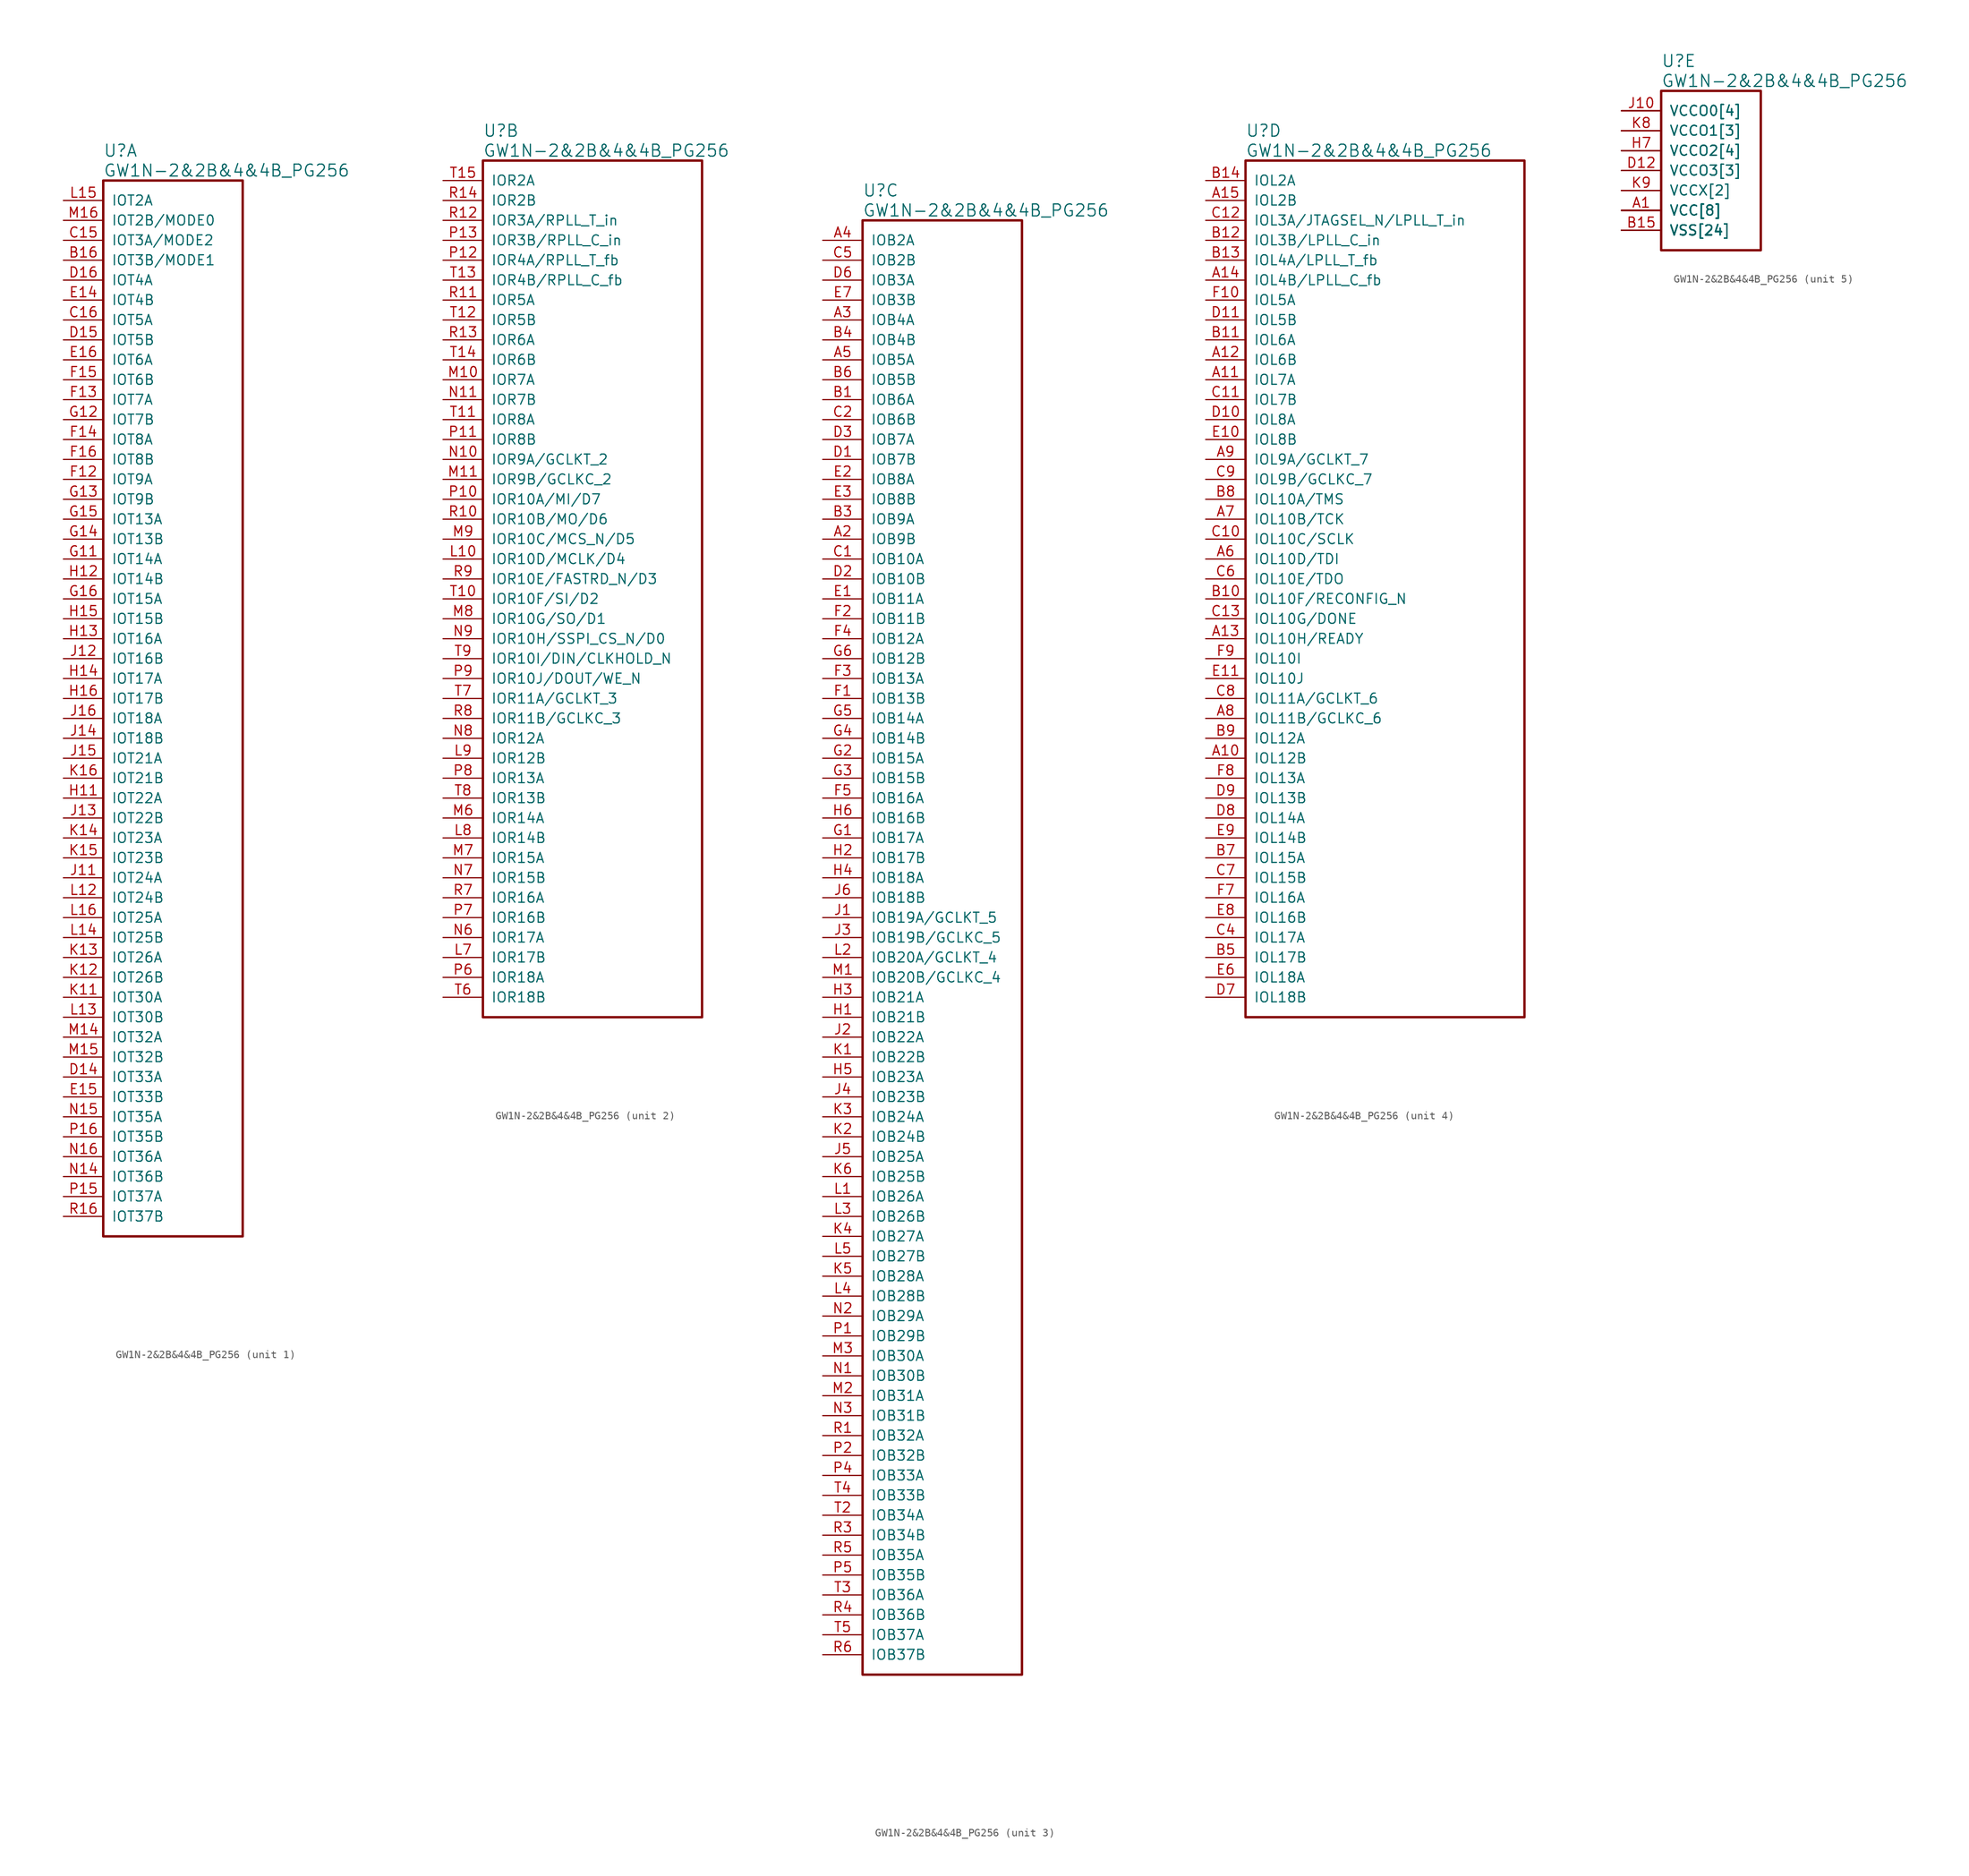
<source format=kicad_sym>
(kicad_symbol_lib
  (version 20241209)
  (generator "kicad_symbol_editor")
  (generator_version "9.0")
  (symbol "GW1N-2&2B&4&4B_PG256"
    (pin_names
      (offset 1.016))
    (property "Reference" "U"
      (at 5.08 6.35 0)
      (effects (font (size 1.524 1.524)) (justify left)))
    (property "Value" "GW1N-2&2B&4&4B_PG256"
      (at 5.08 3.81 0)
      (effects (font (size 1.524 1.524)) (justify left)))
    (property "ki_locked" ""
      (at 0 0 0)
      (effects (font (size 1.27 1.27))))
    (symbol "GW1N-2&2B&4&4B_PG256_1_1"
      (rectangle (start 5.08 2.54) (end 22.86 -132.08) (stroke (width 0.305) (type solid)) (fill (type none)))
      (pin bidirectional line (at 0 0 0) (length 5.08) (name "IOT2A" (effects (font (size 1.27 1.27)))) (number "L15" (effects (font (size 1.27 1.27)))))
      (pin bidirectional line (at 0 -2.54 0) (length 5.08) (name "IOT2B/MODE0" (effects (font (size 1.27 1.27)))) (number "M16" (effects (font (size 1.27 1.27)))))
      (pin bidirectional line (at 0 -5.08 0) (length 5.08) (name "IOT3A/MODE2" (effects (font (size 1.27 1.27)))) (number "C15" (effects (font (size 1.27 1.27)))))
      (pin bidirectional line (at 0 -7.62 0) (length 5.08) (name "IOT3B/MODE1" (effects (font (size 1.27 1.27)))) (number "B16" (effects (font (size 1.27 1.27)))))
      (pin bidirectional line (at 0 -10.16 0) (length 5.08) (name "IOT4A" (effects (font (size 1.27 1.27)))) (number "D16" (effects (font (size 1.27 1.27)))))
      (pin bidirectional line (at 0 -12.7 0) (length 5.08) (name "IOT4B" (effects (font (size 1.27 1.27)))) (number "E14" (effects (font (size 1.27 1.27)))))
      (pin bidirectional line (at 0 -15.24 0) (length 5.08) (name "IOT5A" (effects (font (size 1.27 1.27)))) (number "C16" (effects (font (size 1.27 1.27)))))
      (pin bidirectional line (at 0 -17.78 0) (length 5.08) (name "IOT5B" (effects (font (size 1.27 1.27)))) (number "D15" (effects (font (size 1.27 1.27)))))
      (pin bidirectional line (at 0 -20.32 0) (length 5.08) (name "IOT6A" (effects (font (size 1.27 1.27)))) (number "E16" (effects (font (size 1.27 1.27)))))
      (pin bidirectional line (at 0 -22.86 0) (length 5.08) (name "IOT6B" (effects (font (size 1.27 1.27)))) (number "F15" (effects (font (size 1.27 1.27)))))
      (pin bidirectional line (at 0 -25.4 0) (length 5.08) (name "IOT7A" (effects (font (size 1.27 1.27)))) (number "F13" (effects (font (size 1.27 1.27)))))
      (pin bidirectional line (at 0 -27.94 0) (length 5.08) (name "IOT7B" (effects (font (size 1.27 1.27)))) (number "G12" (effects (font (size 1.27 1.27)))))
      (pin bidirectional line (at 0 -30.48 0) (length 5.08) (name "IOT8A" (effects (font (size 1.27 1.27)))) (number "F14" (effects (font (size 1.27 1.27)))))
      (pin bidirectional line (at 0 -33.02 0) (length 5.08) (name "IOT8B" (effects (font (size 1.27 1.27)))) (number "F16" (effects (font (size 1.27 1.27)))))
      (pin bidirectional line (at 0 -35.56 0) (length 5.08) (name "IOT9A" (effects (font (size 1.27 1.27)))) (number "F12" (effects (font (size 1.27 1.27)))))
      (pin bidirectional line (at 0 -38.1 0) (length 5.08) (name "IOT9B" (effects (font (size 1.27 1.27)))) (number "G13" (effects (font (size 1.27 1.27)))))
      (pin bidirectional line (at 0 -40.64 0) (length 5.08) (name "IOT13A" (effects (font (size 1.27 1.27)))) (number "G15" (effects (font (size 1.27 1.27)))))
      (pin bidirectional line (at 0 -43.18 0) (length 5.08) (name "IOT13B" (effects (font (size 1.27 1.27)))) (number "G14" (effects (font (size 1.27 1.27)))))
      (pin bidirectional line (at 0 -45.72 0) (length 5.08) (name "IOT14A" (effects (font (size 1.27 1.27)))) (number "G11" (effects (font (size 1.27 1.27)))))
      (pin bidirectional line (at 0 -48.26 0) (length 5.08) (name "IOT14B" (effects (font (size 1.27 1.27)))) (number "H12" (effects (font (size 1.27 1.27)))))
      (pin bidirectional line (at 0 -50.8 0) (length 5.08) (name "IOT15A" (effects (font (size 1.27 1.27)))) (number "G16" (effects (font (size 1.27 1.27)))))
      (pin bidirectional line (at 0 -53.34 0) (length 5.08) (name "IOT15B" (effects (font (size 1.27 1.27)))) (number "H15" (effects (font (size 1.27 1.27)))))
      (pin bidirectional line (at 0 -55.88 0) (length 5.08) (name "IOT16A" (effects (font (size 1.27 1.27)))) (number "H13" (effects (font (size 1.27 1.27)))))
      (pin bidirectional line (at 0 -58.42 0) (length 5.08) (name "IOT16B" (effects (font (size 1.27 1.27)))) (number "J12" (effects (font (size 1.27 1.27)))))
      (pin bidirectional line (at 0 -60.96 0) (length 5.08) (name "IOT17A" (effects (font (size 1.27 1.27)))) (number "H14" (effects (font (size 1.27 1.27)))))
      (pin bidirectional line (at 0 -63.5 0) (length 5.08) (name "IOT17B" (effects (font (size 1.27 1.27)))) (number "H16" (effects (font (size 1.27 1.27)))))
      (pin bidirectional line (at 0 -66.04 0) (length 5.08) (name "IOT18A" (effects (font (size 1.27 1.27)))) (number "J16" (effects (font (size 1.27 1.27)))))
      (pin bidirectional line (at 0 -68.58 0) (length 5.08) (name "IOT18B" (effects (font (size 1.27 1.27)))) (number "J14" (effects (font (size 1.27 1.27)))))
      (pin bidirectional line (at 0 -71.12 0) (length 5.08) (name "IOT21A" (effects (font (size 1.27 1.27)))) (number "J15" (effects (font (size 1.27 1.27)))))
      (pin bidirectional line (at 0 -73.66 0) (length 5.08) (name "IOT21B" (effects (font (size 1.27 1.27)))) (number "K16" (effects (font (size 1.27 1.27)))))
      (pin bidirectional line (at 0 -76.2 0) (length 5.08) (name "IOT22A" (effects (font (size 1.27 1.27)))) (number "H11" (effects (font (size 1.27 1.27)))))
      (pin bidirectional line (at 0 -78.74 0) (length 5.08) (name "IOT22B" (effects (font (size 1.27 1.27)))) (number "J13" (effects (font (size 1.27 1.27)))))
      (pin bidirectional line (at 0 -81.28 0) (length 5.08) (name "IOT23A" (effects (font (size 1.27 1.27)))) (number "K14" (effects (font (size 1.27 1.27)))))
      (pin bidirectional line (at 0 -83.82 0) (length 5.08) (name "IOT23B" (effects (font (size 1.27 1.27)))) (number "K15" (effects (font (size 1.27 1.27)))))
      (pin bidirectional line (at 0 -86.36 0) (length 5.08) (name "IOT24A" (effects (font (size 1.27 1.27)))) (number "J11" (effects (font (size 1.27 1.27)))))
      (pin bidirectional line (at 0 -88.9 0) (length 5.08) (name "IOT24B" (effects (font (size 1.27 1.27)))) (number "L12" (effects (font (size 1.27 1.27)))))
      (pin bidirectional line (at 0 -91.44 0) (length 5.08) (name "IOT25A" (effects (font (size 1.27 1.27)))) (number "L16" (effects (font (size 1.27 1.27)))))
      (pin bidirectional line (at 0 -93.98 0) (length 5.08) (name "IOT25B" (effects (font (size 1.27 1.27)))) (number "L14" (effects (font (size 1.27 1.27)))))
      (pin bidirectional line (at 0 -96.52 0) (length 5.08) (name "IOT26A" (effects (font (size 1.27 1.27)))) (number "K13" (effects (font (size 1.27 1.27)))))
      (pin bidirectional line (at 0 -99.06 0) (length 5.08) (name "IOT26B" (effects (font (size 1.27 1.27)))) (number "K12" (effects (font (size 1.27 1.27)))))
      (pin bidirectional line (at 0 -101.6 0) (length 5.08) (name "IOT30A" (effects (font (size 1.27 1.27)))) (number "K11" (effects (font (size 1.27 1.27)))))
      (pin bidirectional line (at 0 -104.14 0) (length 5.08) (name "IOT30B" (effects (font (size 1.27 1.27)))) (number "L13" (effects (font (size 1.27 1.27)))))
      (pin bidirectional line (at 0 -106.68 0) (length 5.08) (name "IOT32A" (effects (font (size 1.27 1.27)))) (number "M14" (effects (font (size 1.27 1.27)))))
      (pin bidirectional line (at 0 -109.22 0) (length 5.08) (name "IOT32B" (effects (font (size 1.27 1.27)))) (number "M15" (effects (font (size 1.27 1.27)))))
      (pin bidirectional line (at 0 -111.76 0) (length 5.08) (name "IOT33A" (effects (font (size 1.27 1.27)))) (number "D14" (effects (font (size 1.27 1.27)))))
      (pin bidirectional line (at 0 -114.3 0) (length 5.08) (name "IOT33B" (effects (font (size 1.27 1.27)))) (number "E15" (effects (font (size 1.27 1.27)))))
      (pin bidirectional line (at 0 -116.84 0) (length 5.08) (name "IOT35A" (effects (font (size 1.27 1.27)))) (number "N15" (effects (font (size 1.27 1.27)))))
      (pin bidirectional line (at 0 -119.38 0) (length 5.08) (name "IOT35B" (effects (font (size 1.27 1.27)))) (number "P16" (effects (font (size 1.27 1.27)))))
      (pin bidirectional line (at 0 -121.92 0) (length 5.08) (name "IOT36A" (effects (font (size 1.27 1.27)))) (number "N16" (effects (font (size 1.27 1.27)))))
      (pin bidirectional line (at 0 -124.46 0) (length 5.08) (name "IOT36B" (effects (font (size 1.27 1.27)))) (number "N14" (effects (font (size 1.27 1.27)))))
      (pin bidirectional line (at 0 -127 0) (length 5.08) (name "IOT37A" (effects (font (size 1.27 1.27)))) (number "P15" (effects (font (size 1.27 1.27)))))
      (pin bidirectional line (at 0 -129.54 0) (length 5.08) (name "IOT37B" (effects (font (size 1.27 1.27)))) (number "R16" (effects (font (size 1.27 1.27))))))
    (symbol "GW1N-2&2B&4&4B_PG256_2_1"
      (rectangle (start 5.08 2.54) (end 33.02 -106.68) (stroke (width 0.305) (type solid)) (fill (type none)))
      (pin bidirectional line (at 0 0 0) (length 5.08) (name "IOR2A" (effects (font (size 1.27 1.27)))) (number "T15" (effects (font (size 1.27 1.27)))))
      (pin bidirectional line (at 0 -2.54 0) (length 5.08) (name "IOR2B" (effects (font (size 1.27 1.27)))) (number "R14" (effects (font (size 1.27 1.27)))))
      (pin bidirectional line (at 0 -5.08 0) (length 5.08) (name "IOR3A/RPLL_T_in" (effects (font (size 1.27 1.27)))) (number "R12" (effects (font (size 1.27 1.27)))))
      (pin bidirectional line (at 0 -7.62 0) (length 5.08) (name "IOR3B/RPLL_C_in" (effects (font (size 1.27 1.27)))) (number "P13" (effects (font (size 1.27 1.27)))))
      (pin bidirectional line (at 0 -10.16 0) (length 5.08) (name "IOR4A/RPLL_T_fb" (effects (font (size 1.27 1.27)))) (number "P12" (effects (font (size 1.27 1.27)))))
      (pin bidirectional line (at 0 -12.7 0) (length 5.08) (name "IOR4B/RPLL_C_fb" (effects (font (size 1.27 1.27)))) (number "T13" (effects (font (size 1.27 1.27)))))
      (pin bidirectional line (at 0 -15.24 0) (length 5.08) (name "IOR5A" (effects (font (size 1.27 1.27)))) (number "R11" (effects (font (size 1.27 1.27)))))
      (pin bidirectional line (at 0 -17.78 0) (length 5.08) (name "IOR5B" (effects (font (size 1.27 1.27)))) (number "T12" (effects (font (size 1.27 1.27)))))
      (pin bidirectional line (at 0 -20.32 0) (length 5.08) (name "IOR6A" (effects (font (size 1.27 1.27)))) (number "R13" (effects (font (size 1.27 1.27)))))
      (pin bidirectional line (at 0 -22.86 0) (length 5.08) (name "IOR6B" (effects (font (size 1.27 1.27)))) (number "T14" (effects (font (size 1.27 1.27)))))
      (pin bidirectional line (at 0 -25.4 0) (length 5.08) (name "IOR7A" (effects (font (size 1.27 1.27)))) (number "M10" (effects (font (size 1.27 1.27)))))
      (pin bidirectional line (at 0 -27.94 0) (length 5.08) (name "IOR7B" (effects (font (size 1.27 1.27)))) (number "N11" (effects (font (size 1.27 1.27)))))
      (pin bidirectional line (at 0 -30.48 0) (length 5.08) (name "IOR8A" (effects (font (size 1.27 1.27)))) (number "T11" (effects (font (size 1.27 1.27)))))
      (pin bidirectional line (at 0 -33.02 0) (length 5.08) (name "IOR8B" (effects (font (size 1.27 1.27)))) (number "P11" (effects (font (size 1.27 1.27)))))
      (pin bidirectional line (at 0 -35.56 0) (length 5.08) (name "IOR9A/GCLKT_2" (effects (font (size 1.27 1.27)))) (number "N10" (effects (font (size 1.27 1.27)))))
      (pin bidirectional line (at 0 -38.1 0) (length 5.08) (name "IOR9B/GCLKC_2" (effects (font (size 1.27 1.27)))) (number "M11" (effects (font (size 1.27 1.27)))))
      (pin bidirectional line (at 0 -40.64 0) (length 5.08) (name "IOR10A/MI/D7" (effects (font (size 1.27 1.27)))) (number "P10" (effects (font (size 1.27 1.27)))))
      (pin bidirectional line (at 0 -43.18 0) (length 5.08) (name "IOR10B/MO/D6" (effects (font (size 1.27 1.27)))) (number "R10" (effects (font (size 1.27 1.27)))))
      (pin bidirectional line (at 0 -45.72 0) (length 5.08) (name "IOR10C/MCS_N/D5" (effects (font (size 1.27 1.27)))) (number "M9" (effects (font (size 1.27 1.27)))))
      (pin bidirectional line (at 0 -48.26 0) (length 5.08) (name "IOR10D/MCLK/D4" (effects (font (size 1.27 1.27)))) (number "L10" (effects (font (size 1.27 1.27)))))
      (pin bidirectional line (at 0 -50.8 0) (length 5.08) (name "IOR10E/FASTRD_N/D3" (effects (font (size 1.27 1.27)))) (number "R9" (effects (font (size 1.27 1.27)))))
      (pin bidirectional line (at 0 -53.34 0) (length 5.08) (name "IOR10F/SI/D2" (effects (font (size 1.27 1.27)))) (number "T10" (effects (font (size 1.27 1.27)))))
      (pin bidirectional line (at 0 -55.88 0) (length 5.08) (name "IOR10G/SO/D1" (effects (font (size 1.27 1.27)))) (number "M8" (effects (font (size 1.27 1.27)))))
      (pin bidirectional line (at 0 -58.42 0) (length 5.08) (name "IOR10H/SSPI_CS_N/D0" (effects (font (size 1.27 1.27)))) (number "N9" (effects (font (size 1.27 1.27)))))
      (pin bidirectional line (at 0 -60.96 0) (length 5.08) (name "IOR10I/DIN/CLKHOLD_N" (effects (font (size 1.27 1.27)))) (number "T9" (effects (font (size 1.27 1.27)))))
      (pin bidirectional line (at 0 -63.5 0) (length 5.08) (name "IOR10J/DOUT/WE_N" (effects (font (size 1.27 1.27)))) (number "P9" (effects (font (size 1.27 1.27)))))
      (pin bidirectional line (at 0 -66.04 0) (length 5.08) (name "IOR11A/GCLKT_3" (effects (font (size 1.27 1.27)))) (number "T7" (effects (font (size 1.27 1.27)))))
      (pin bidirectional line (at 0 -68.58 0) (length 5.08) (name "IOR11B/GCLKC_3" (effects (font (size 1.27 1.27)))) (number "R8" (effects (font (size 1.27 1.27)))))
      (pin bidirectional line (at 0 -71.12 0) (length 5.08) (name "IOR12A" (effects (font (size 1.27 1.27)))) (number "N8" (effects (font (size 1.27 1.27)))))
      (pin bidirectional line (at 0 -73.66 0) (length 5.08) (name "IOR12B" (effects (font (size 1.27 1.27)))) (number "L9" (effects (font (size 1.27 1.27)))))
      (pin bidirectional line (at 0 -76.2 0) (length 5.08) (name "IOR13A" (effects (font (size 1.27 1.27)))) (number "P8" (effects (font (size 1.27 1.27)))))
      (pin bidirectional line (at 0 -78.74 0) (length 5.08) (name "IOR13B" (effects (font (size 1.27 1.27)))) (number "T8" (effects (font (size 1.27 1.27)))))
      (pin bidirectional line (at 0 -81.28 0) (length 5.08) (name "IOR14A" (effects (font (size 1.27 1.27)))) (number "M6" (effects (font (size 1.27 1.27)))))
      (pin bidirectional line (at 0 -83.82 0) (length 5.08) (name "IOR14B" (effects (font (size 1.27 1.27)))) (number "L8" (effects (font (size 1.27 1.27)))))
      (pin bidirectional line (at 0 -86.36 0) (length 5.08) (name "IOR15A" (effects (font (size 1.27 1.27)))) (number "M7" (effects (font (size 1.27 1.27)))))
      (pin bidirectional line (at 0 -88.9 0) (length 5.08) (name "IOR15B" (effects (font (size 1.27 1.27)))) (number "N7" (effects (font (size 1.27 1.27)))))
      (pin bidirectional line (at 0 -91.44 0) (length 5.08) (name "IOR16A" (effects (font (size 1.27 1.27)))) (number "R7" (effects (font (size 1.27 1.27)))))
      (pin bidirectional line (at 0 -93.98 0) (length 5.08) (name "IOR16B" (effects (font (size 1.27 1.27)))) (number "P7" (effects (font (size 1.27 1.27)))))
      (pin bidirectional line (at 0 -96.52 0) (length 5.08) (name "IOR17A" (effects (font (size 1.27 1.27)))) (number "N6" (effects (font (size 1.27 1.27)))))
      (pin bidirectional line (at 0 -99.06 0) (length 5.08) (name "IOR17B" (effects (font (size 1.27 1.27)))) (number "L7" (effects (font (size 1.27 1.27)))))
      (pin bidirectional line (at 0 -101.6 0) (length 5.08) (name "IOR18A" (effects (font (size 1.27 1.27)))) (number "P6" (effects (font (size 1.27 1.27)))))
      (pin bidirectional line (at 0 -104.14 0) (length 5.08) (name "IOR18B" (effects (font (size 1.27 1.27)))) (number "T6" (effects (font (size 1.27 1.27))))))
    (symbol "GW1N-2&2B&4&4B_PG256_3_1"
      (rectangle (start 5.08 2.54) (end 25.4 -182.88) (stroke (width 0.305) (type solid)) (fill (type none)))
      (pin bidirectional line (at 0 0 0) (length 5.08) (name "IOB2A" (effects (font (size 1.27 1.27)))) (number "A4" (effects (font (size 1.27 1.27)))))
      (pin bidirectional line (at 0 -2.54 0) (length 5.08) (name "IOB2B" (effects (font (size 1.27 1.27)))) (number "C5" (effects (font (size 1.27 1.27)))))
      (pin bidirectional line (at 0 -5.08 0) (length 5.08) (name "IOB3A" (effects (font (size 1.27 1.27)))) (number "D6" (effects (font (size 1.27 1.27)))))
      (pin bidirectional line (at 0 -7.62 0) (length 5.08) (name "IOB3B" (effects (font (size 1.27 1.27)))) (number "E7" (effects (font (size 1.27 1.27)))))
      (pin bidirectional line (at 0 -10.16 0) (length 5.08) (name "IOB4A" (effects (font (size 1.27 1.27)))) (number "A3" (effects (font (size 1.27 1.27)))))
      (pin bidirectional line (at 0 -12.7 0) (length 5.08) (name "IOB4B" (effects (font (size 1.27 1.27)))) (number "B4" (effects (font (size 1.27 1.27)))))
      (pin bidirectional line (at 0 -15.24 0) (length 5.08) (name "IOB5A" (effects (font (size 1.27 1.27)))) (number "A5" (effects (font (size 1.27 1.27)))))
      (pin bidirectional line (at 0 -17.78 0) (length 5.08) (name "IOB5B" (effects (font (size 1.27 1.27)))) (number "B6" (effects (font (size 1.27 1.27)))))
      (pin bidirectional line (at 0 -20.32 0) (length 5.08) (name "IOB6A" (effects (font (size 1.27 1.27)))) (number "B1" (effects (font (size 1.27 1.27)))))
      (pin bidirectional line (at 0 -22.86 0) (length 5.08) (name "IOB6B" (effects (font (size 1.27 1.27)))) (number "C2" (effects (font (size 1.27 1.27)))))
      (pin bidirectional line (at 0 -25.4 0) (length 5.08) (name "IOB7A" (effects (font (size 1.27 1.27)))) (number "D3" (effects (font (size 1.27 1.27)))))
      (pin bidirectional line (at 0 -27.94 0) (length 5.08) (name "IOB7B" (effects (font (size 1.27 1.27)))) (number "D1" (effects (font (size 1.27 1.27)))))
      (pin bidirectional line (at 0 -30.48 0) (length 5.08) (name "IOB8A" (effects (font (size 1.27 1.27)))) (number "E2" (effects (font (size 1.27 1.27)))))
      (pin bidirectional line (at 0 -33.02 0) (length 5.08) (name "IOB8B" (effects (font (size 1.27 1.27)))) (number "E3" (effects (font (size 1.27 1.27)))))
      (pin bidirectional line (at 0 -35.56 0) (length 5.08) (name "IOB9A" (effects (font (size 1.27 1.27)))) (number "B3" (effects (font (size 1.27 1.27)))))
      (pin bidirectional line (at 0 -38.1 0) (length 5.08) (name "IOB9B" (effects (font (size 1.27 1.27)))) (number "A2" (effects (font (size 1.27 1.27)))))
      (pin bidirectional line (at 0 -40.64 0) (length 5.08) (name "IOB10A" (effects (font (size 1.27 1.27)))) (number "C1" (effects (font (size 1.27 1.27)))))
      (pin bidirectional line (at 0 -43.18 0) (length 5.08) (name "IOB10B" (effects (font (size 1.27 1.27)))) (number "D2" (effects (font (size 1.27 1.27)))))
      (pin bidirectional line (at 0 -45.72 0) (length 5.08) (name "IOB11A" (effects (font (size 1.27 1.27)))) (number "E1" (effects (font (size 1.27 1.27)))))
      (pin bidirectional line (at 0 -48.26 0) (length 5.08) (name "IOB11B" (effects (font (size 1.27 1.27)))) (number "F2" (effects (font (size 1.27 1.27)))))
      (pin bidirectional line (at 0 -50.8 0) (length 5.08) (name "IOB12A" (effects (font (size 1.27 1.27)))) (number "F4" (effects (font (size 1.27 1.27)))))
      (pin bidirectional line (at 0 -53.34 0) (length 5.08) (name "IOB12B" (effects (font (size 1.27 1.27)))) (number "G6" (effects (font (size 1.27 1.27)))))
      (pin bidirectional line (at 0 -55.88 0) (length 5.08) (name "IOB13A" (effects (font (size 1.27 1.27)))) (number "F3" (effects (font (size 1.27 1.27)))))
      (pin bidirectional line (at 0 -58.42 0) (length 5.08) (name "IOB13B" (effects (font (size 1.27 1.27)))) (number "F1" (effects (font (size 1.27 1.27)))))
      (pin bidirectional line (at 0 -60.96 0) (length 5.08) (name "IOB14A" (effects (font (size 1.27 1.27)))) (number "G5" (effects (font (size 1.27 1.27)))))
      (pin bidirectional line (at 0 -63.5 0) (length 5.08) (name "IOB14B" (effects (font (size 1.27 1.27)))) (number "G4" (effects (font (size 1.27 1.27)))))
      (pin bidirectional line (at 0 -66.04 0) (length 5.08) (name "IOB15A" (effects (font (size 1.27 1.27)))) (number "G2" (effects (font (size 1.27 1.27)))))
      (pin bidirectional line (at 0 -68.58 0) (length 5.08) (name "IOB15B" (effects (font (size 1.27 1.27)))) (number "G3" (effects (font (size 1.27 1.27)))))
      (pin bidirectional line (at 0 -71.12 0) (length 5.08) (name "IOB16A" (effects (font (size 1.27 1.27)))) (number "F5" (effects (font (size 1.27 1.27)))))
      (pin bidirectional line (at 0 -73.66 0) (length 5.08) (name "IOB16B" (effects (font (size 1.27 1.27)))) (number "H6" (effects (font (size 1.27 1.27)))))
      (pin bidirectional line (at 0 -76.2 0) (length 5.08) (name "IOB17A" (effects (font (size 1.27 1.27)))) (number "G1" (effects (font (size 1.27 1.27)))))
      (pin bidirectional line (at 0 -78.74 0) (length 5.08) (name "IOB17B" (effects (font (size 1.27 1.27)))) (number "H2" (effects (font (size 1.27 1.27)))))
      (pin bidirectional line (at 0 -81.28 0) (length 5.08) (name "IOB18A" (effects (font (size 1.27 1.27)))) (number "H4" (effects (font (size 1.27 1.27)))))
      (pin bidirectional line (at 0 -83.82 0) (length 5.08) (name "IOB18B" (effects (font (size 1.27 1.27)))) (number "J6" (effects (font (size 1.27 1.27)))))
      (pin bidirectional line (at 0 -86.36 0) (length 5.08) (name "IOB19A/GCLKT_5" (effects (font (size 1.27 1.27)))) (number "J1" (effects (font (size 1.27 1.27)))))
      (pin bidirectional line (at 0 -88.9 0) (length 5.08) (name "IOB19B/GCLKC_5" (effects (font (size 1.27 1.27)))) (number "J3" (effects (font (size 1.27 1.27)))))
      (pin bidirectional line (at 0 -91.44 0) (length 5.08) (name "IOB20A/GCLKT_4" (effects (font (size 1.27 1.27)))) (number "L2" (effects (font (size 1.27 1.27)))))
      (pin bidirectional line (at 0 -93.98 0) (length 5.08) (name "IOB20B/GCLKC_4" (effects (font (size 1.27 1.27)))) (number "M1" (effects (font (size 1.27 1.27)))))
      (pin bidirectional line (at 0 -96.52 0) (length 5.08) (name "IOB21A" (effects (font (size 1.27 1.27)))) (number "H3" (effects (font (size 1.27 1.27)))))
      (pin bidirectional line (at 0 -99.06 0) (length 5.08) (name "IOB21B" (effects (font (size 1.27 1.27)))) (number "H1" (effects (font (size 1.27 1.27)))))
      (pin bidirectional line (at 0 -101.6 0) (length 5.08) (name "IOB22A" (effects (font (size 1.27 1.27)))) (number "J2" (effects (font (size 1.27 1.27)))))
      (pin bidirectional line (at 0 -104.14 0) (length 5.08) (name "IOB22B" (effects (font (size 1.27 1.27)))) (number "K1" (effects (font (size 1.27 1.27)))))
      (pin bidirectional line (at 0 -106.68 0) (length 5.08) (name "IOB23A" (effects (font (size 1.27 1.27)))) (number "H5" (effects (font (size 1.27 1.27)))))
      (pin bidirectional line (at 0 -109.22 0) (length 5.08) (name "IOB23B" (effects (font (size 1.27 1.27)))) (number "J4" (effects (font (size 1.27 1.27)))))
      (pin bidirectional line (at 0 -111.76 0) (length 5.08) (name "IOB24A" (effects (font (size 1.27 1.27)))) (number "K3" (effects (font (size 1.27 1.27)))))
      (pin bidirectional line (at 0 -114.3 0) (length 5.08) (name "IOB24B" (effects (font (size 1.27 1.27)))) (number "K2" (effects (font (size 1.27 1.27)))))
      (pin bidirectional line (at 0 -116.84 0) (length 5.08) (name "IOB25A" (effects (font (size 1.27 1.27)))) (number "J5" (effects (font (size 1.27 1.27)))))
      (pin bidirectional line (at 0 -119.38 0) (length 5.08) (name "IOB25B" (effects (font (size 1.27 1.27)))) (number "K6" (effects (font (size 1.27 1.27)))))
      (pin bidirectional line (at 0 -121.92 0) (length 5.08) (name "IOB26A" (effects (font (size 1.27 1.27)))) (number "L1" (effects (font (size 1.27 1.27)))))
      (pin bidirectional line (at 0 -124.46 0) (length 5.08) (name "IOB26B" (effects (font (size 1.27 1.27)))) (number "L3" (effects (font (size 1.27 1.27)))))
      (pin bidirectional line (at 0 -127 0) (length 5.08) (name "IOB27A" (effects (font (size 1.27 1.27)))) (number "K4" (effects (font (size 1.27 1.27)))))
      (pin bidirectional line (at 0 -129.54 0) (length 5.08) (name "IOB27B" (effects (font (size 1.27 1.27)))) (number "L5" (effects (font (size 1.27 1.27)))))
      (pin bidirectional line (at 0 -132.08 0) (length 5.08) (name "IOB28A" (effects (font (size 1.27 1.27)))) (number "K5" (effects (font (size 1.27 1.27)))))
      (pin bidirectional line (at 0 -134.62 0) (length 5.08) (name "IOB28B" (effects (font (size 1.27 1.27)))) (number "L4" (effects (font (size 1.27 1.27)))))
      (pin bidirectional line (at 0 -137.16 0) (length 5.08) (name "IOB29A" (effects (font (size 1.27 1.27)))) (number "N2" (effects (font (size 1.27 1.27)))))
      (pin bidirectional line (at 0 -139.7 0) (length 5.08) (name "IOB29B" (effects (font (size 1.27 1.27)))) (number "P1" (effects (font (size 1.27 1.27)))))
      (pin bidirectional line (at 0 -142.24 0) (length 5.08) (name "IOB30A" (effects (font (size 1.27 1.27)))) (number "M3" (effects (font (size 1.27 1.27)))))
      (pin bidirectional line (at 0 -144.78 0) (length 5.08) (name "IOB30B" (effects (font (size 1.27 1.27)))) (number "N1" (effects (font (size 1.27 1.27)))))
      (pin bidirectional line (at 0 -147.32 0) (length 5.08) (name "IOB31A" (effects (font (size 1.27 1.27)))) (number "M2" (effects (font (size 1.27 1.27)))))
      (pin bidirectional line (at 0 -149.86 0) (length 5.08) (name "IOB31B" (effects (font (size 1.27 1.27)))) (number "N3" (effects (font (size 1.27 1.27)))))
      (pin bidirectional line (at 0 -152.4 0) (length 5.08) (name "IOB32A" (effects (font (size 1.27 1.27)))) (number "R1" (effects (font (size 1.27 1.27)))))
      (pin bidirectional line (at 0 -154.94 0) (length 5.08) (name "IOB32B" (effects (font (size 1.27 1.27)))) (number "P2" (effects (font (size 1.27 1.27)))))
      (pin bidirectional line (at 0 -157.48 0) (length 5.08) (name "IOB33A" (effects (font (size 1.27 1.27)))) (number "P4" (effects (font (size 1.27 1.27)))))
      (pin bidirectional line (at 0 -160.02 0) (length 5.08) (name "IOB33B" (effects (font (size 1.27 1.27)))) (number "T4" (effects (font (size 1.27 1.27)))))
      (pin bidirectional line (at 0 -162.56 0) (length 5.08) (name "IOB34A" (effects (font (size 1.27 1.27)))) (number "T2" (effects (font (size 1.27 1.27)))))
      (pin bidirectional line (at 0 -165.1 0) (length 5.08) (name "IOB34B" (effects (font (size 1.27 1.27)))) (number "R3" (effects (font (size 1.27 1.27)))))
      (pin bidirectional line (at 0 -167.64 0) (length 5.08) (name "IOB35A" (effects (font (size 1.27 1.27)))) (number "R5" (effects (font (size 1.27 1.27)))))
      (pin bidirectional line (at 0 -170.18 0) (length 5.08) (name "IOB35B" (effects (font (size 1.27 1.27)))) (number "P5" (effects (font (size 1.27 1.27)))))
      (pin bidirectional line (at 0 -172.72 0) (length 5.08) (name "IOB36A" (effects (font (size 1.27 1.27)))) (number "T3" (effects (font (size 1.27 1.27)))))
      (pin bidirectional line (at 0 -175.26 0) (length 5.08) (name "IOB36B" (effects (font (size 1.27 1.27)))) (number "R4" (effects (font (size 1.27 1.27)))))
      (pin bidirectional line (at 0 -177.8 0) (length 5.08) (name "IOB37A" (effects (font (size 1.27 1.27)))) (number "T5" (effects (font (size 1.27 1.27)))))
      (pin bidirectional line (at 0 -180.34 0) (length 5.08) (name "IOB37B" (effects (font (size 1.27 1.27)))) (number "R6" (effects (font (size 1.27 1.27))))))
    (symbol "GW1N-2&2B&4&4B_PG256_4_1"
      (rectangle (start 5.08 2.54) (end 40.64 -106.68) (stroke (width 0.305) (type solid)) (fill (type none)))
      (pin bidirectional line (at 0 0 0) (length 5.08) (name "IOL2A" (effects (font (size 1.27 1.27)))) (number "B14" (effects (font (size 1.27 1.27)))))
      (pin bidirectional line (at 0 -2.54 0) (length 5.08) (name "IOL2B" (effects (font (size 1.27 1.27)))) (number "A15" (effects (font (size 1.27 1.27)))))
      (pin bidirectional line (at 0 -5.08 0) (length 5.08) (name "IOL3A/JTAGSEL_N/LPLL_T_in" (effects (font (size 1.27 1.27)))) (number "C12" (effects (font (size 1.27 1.27)))))
      (pin bidirectional line (at 0 -7.62 0) (length 5.08) (name "IOL3B/LPLL_C_in" (effects (font (size 1.27 1.27)))) (number "B12" (effects (font (size 1.27 1.27)))))
      (pin bidirectional line (at 0 -10.16 0) (length 5.08) (name "IOL4A/LPLL_T_fb" (effects (font (size 1.27 1.27)))) (number "B13" (effects (font (size 1.27 1.27)))))
      (pin bidirectional line (at 0 -12.7 0) (length 5.08) (name "IOL4B/LPLL_C_fb" (effects (font (size 1.27 1.27)))) (number "A14" (effects (font (size 1.27 1.27)))))
      (pin bidirectional line (at 0 -15.24 0) (length 5.08) (name "IOL5A" (effects (font (size 1.27 1.27)))) (number "F10" (effects (font (size 1.27 1.27)))))
      (pin bidirectional line (at 0 -17.78 0) (length 5.08) (name "IOL5B" (effects (font (size 1.27 1.27)))) (number "D11" (effects (font (size 1.27 1.27)))))
      (pin bidirectional line (at 0 -20.32 0) (length 5.08) (name "IOL6A" (effects (font (size 1.27 1.27)))) (number "B11" (effects (font (size 1.27 1.27)))))
      (pin bidirectional line (at 0 -22.86 0) (length 5.08) (name "IOL6B" (effects (font (size 1.27 1.27)))) (number "A12" (effects (font (size 1.27 1.27)))))
      (pin bidirectional line (at 0 -25.4 0) (length 5.08) (name "IOL7A" (effects (font (size 1.27 1.27)))) (number "A11" (effects (font (size 1.27 1.27)))))
      (pin bidirectional line (at 0 -27.94 0) (length 5.08) (name "IOL7B" (effects (font (size 1.27 1.27)))) (number "C11" (effects (font (size 1.27 1.27)))))
      (pin bidirectional line (at 0 -30.48 0) (length 5.08) (name "IOL8A" (effects (font (size 1.27 1.27)))) (number "D10" (effects (font (size 1.27 1.27)))))
      (pin bidirectional line (at 0 -33.02 0) (length 5.08) (name "IOL8B" (effects (font (size 1.27 1.27)))) (number "E10" (effects (font (size 1.27 1.27)))))
      (pin bidirectional line (at 0 -35.56 0) (length 5.08) (name "IOL9A/GCLKT_7" (effects (font (size 1.27 1.27)))) (number "A9" (effects (font (size 1.27 1.27)))))
      (pin bidirectional line (at 0 -38.1 0) (length 5.08) (name "IOL9B/GCLKC_7" (effects (font (size 1.27 1.27)))) (number "C9" (effects (font (size 1.27 1.27)))))
      (pin bidirectional line (at 0 -40.64 0) (length 5.08) (name "IOL10A/TMS" (effects (font (size 1.27 1.27)))) (number "B8" (effects (font (size 1.27 1.27)))))
      (pin bidirectional line (at 0 -43.18 0) (length 5.08) (name "IOL10B/TCK" (effects (font (size 1.27 1.27)))) (number "A7" (effects (font (size 1.27 1.27)))))
      (pin bidirectional line (at 0 -45.72 0) (length 5.08) (name "IOL10C/SCLK" (effects (font (size 1.27 1.27)))) (number "C10" (effects (font (size 1.27 1.27)))))
      (pin bidirectional line (at 0 -48.26 0) (length 5.08) (name "IOL10D/TDI" (effects (font (size 1.27 1.27)))) (number "A6" (effects (font (size 1.27 1.27)))))
      (pin bidirectional line (at 0 -50.8 0) (length 5.08) (name "IOL10E/TDO" (effects (font (size 1.27 1.27)))) (number "C6" (effects (font (size 1.27 1.27)))))
      (pin bidirectional line (at 0 -53.34 0) (length 5.08) (name "IOL10F/RECONFIG_N" (effects (font (size 1.27 1.27)))) (number "B10" (effects (font (size 1.27 1.27)))))
      (pin bidirectional line (at 0 -55.88 0) (length 5.08) (name "IOL10G/DONE" (effects (font (size 1.27 1.27)))) (number "C13" (effects (font (size 1.27 1.27)))))
      (pin bidirectional line (at 0 -58.42 0) (length 5.08) (name "IOL10H/READY" (effects (font (size 1.27 1.27)))) (number "A13" (effects (font (size 1.27 1.27)))))
      (pin bidirectional line (at 0 -60.96 0) (length 5.08) (name "IOL10I" (effects (font (size 1.27 1.27)))) (number "F9" (effects (font (size 1.27 1.27)))))
      (pin bidirectional line (at 0 -63.5 0) (length 5.08) (name "IOL10J" (effects (font (size 1.27 1.27)))) (number "E11" (effects (font (size 1.27 1.27)))))
      (pin bidirectional line (at 0 -66.04 0) (length 5.08) (name "IOL11A/GCLKT_6" (effects (font (size 1.27 1.27)))) (number "C8" (effects (font (size 1.27 1.27)))))
      (pin bidirectional line (at 0 -68.58 0) (length 5.08) (name "IOL11B/GCLKC_6" (effects (font (size 1.27 1.27)))) (number "A8" (effects (font (size 1.27 1.27)))))
      (pin bidirectional line (at 0 -71.12 0) (length 5.08) (name "IOL12A" (effects (font (size 1.27 1.27)))) (number "B9" (effects (font (size 1.27 1.27)))))
      (pin bidirectional line (at 0 -73.66 0) (length 5.08) (name "IOL12B" (effects (font (size 1.27 1.27)))) (number "A10" (effects (font (size 1.27 1.27)))))
      (pin bidirectional line (at 0 -76.2 0) (length 5.08) (name "IOL13A" (effects (font (size 1.27 1.27)))) (number "F8" (effects (font (size 1.27 1.27)))))
      (pin bidirectional line (at 0 -78.74 0) (length 5.08) (name "IOL13B" (effects (font (size 1.27 1.27)))) (number "D9" (effects (font (size 1.27 1.27)))))
      (pin bidirectional line (at 0 -81.28 0) (length 5.08) (name "IOL14A" (effects (font (size 1.27 1.27)))) (number "D8" (effects (font (size 1.27 1.27)))))
      (pin bidirectional line (at 0 -83.82 0) (length 5.08) (name "IOL14B" (effects (font (size 1.27 1.27)))) (number "E9" (effects (font (size 1.27 1.27)))))
      (pin bidirectional line (at 0 -86.36 0) (length 5.08) (name "IOL15A" (effects (font (size 1.27 1.27)))) (number "B7" (effects (font (size 1.27 1.27)))))
      (pin bidirectional line (at 0 -88.9 0) (length 5.08) (name "IOL15B" (effects (font (size 1.27 1.27)))) (number "C7" (effects (font (size 1.27 1.27)))))
      (pin bidirectional line (at 0 -91.44 0) (length 5.08) (name "IOL16A" (effects (font (size 1.27 1.27)))) (number "F7" (effects (font (size 1.27 1.27)))))
      (pin bidirectional line (at 0 -93.98 0) (length 5.08) (name "IOL16B" (effects (font (size 1.27 1.27)))) (number "E8" (effects (font (size 1.27 1.27)))))
      (pin bidirectional line (at 0 -96.52 0) (length 5.08) (name "IOL17A" (effects (font (size 1.27 1.27)))) (number "C4" (effects (font (size 1.27 1.27)))))
      (pin bidirectional line (at 0 -99.06 0) (length 5.08) (name "IOL17B" (effects (font (size 1.27 1.27)))) (number "B5" (effects (font (size 1.27 1.27)))))
      (pin bidirectional line (at 0 -101.6 0) (length 5.08) (name "IOL18A" (effects (font (size 1.27 1.27)))) (number "E6" (effects (font (size 1.27 1.27)))))
      (pin bidirectional line (at 0 -104.14 0) (length 5.08) (name "IOL18B" (effects (font (size 1.27 1.27)))) (number "D7" (effects (font (size 1.27 1.27))))))
    (symbol "GW1N-2&2B&4&4B_PG256_5_1"
      (rectangle (start 5.08 2.54) (end 17.78 -17.78) (stroke (width 0.305) (type solid)) (fill (type none)))
      (pin power_in line (at 0 0 0) (length 5.08) (name "VCCO0[4]" (effects (font (size 1.27 1.27)))) (number "E13" (effects (font (size 0 0)))))
      (pin power_in line (at 0 0 0) (length 5.08) (name "VCCO0[4]" (effects (font (size 1.27 1.27)))) (number "H10" (effects (font (size 0 0)))))
      (pin power_in line (at 0 0 0) (length 5.08) (name "VCCO0[4]" (effects (font (size 1.27 1.27)))) (number "J10" (effects (font (size 1.27 1.27)))))
      (pin power_in line (at 0 0 0) (length 5.08) (name "VCCO0[4]" (effects (font (size 1.27 1.27)))) (number "M13" (effects (font (size 0 0)))))
      (pin power_in line (at 0 -2.54 0) (length 5.08) (name "VCCO1[3]" (effects (font (size 1.27 1.27)))) (number "K8" (effects (font (size 1.27 1.27)))))
      (pin power_in line (at 0 -2.54 0) (length 5.08) (name "VCCO1[3]" (effects (font (size 1.27 1.27)))) (number "N12" (effects (font (size 0 0)))))
      (pin power_in line (at 0 -2.54 0) (length 5.08) (name "VCCO1[3]" (effects (font (size 1.27 1.27)))) (number "N5" (effects (font (size 0 0)))))
      (pin power_in line (at 0 -5.08 0) (length 5.08) (name "VCCO2[4]" (effects (font (size 1.27 1.27)))) (number "E4" (effects (font (size 0 0)))))
      (pin power_in line (at 0 -5.08 0) (length 5.08) (name "VCCO2[4]" (effects (font (size 1.27 1.27)))) (number "H7" (effects (font (size 1.27 1.27)))))
      (pin power_in line (at 0 -5.08 0) (length 5.08) (name "VCCO2[4]" (effects (font (size 1.27 1.27)))) (number "J7" (effects (font (size 0 0)))))
      (pin power_in line (at 0 -5.08 0) (length 5.08) (name "VCCO2[4]" (effects (font (size 1.27 1.27)))) (number "M4" (effects (font (size 0 0)))))
      (pin power_in line (at 0 -7.62 0) (length 5.08) (name "VCCO3[3]" (effects (font (size 1.27 1.27)))) (number "D12" (effects (font (size 1.27 1.27)))))
      (pin power_in line (at 0 -7.62 0) (length 5.08) (name "VCCO3[3]" (effects (font (size 1.27 1.27)))) (number "D5" (effects (font (size 0 0)))))
      (pin power_in line (at 0 -7.62 0) (length 5.08) (name "VCCO3[3]" (effects (font (size 1.27 1.27)))) (number "G9" (effects (font (size 0 0)))))
      (pin power_in line (at 0 -10.16 0) (length 5.08) (name "VCCX[2]" (effects (font (size 1.27 1.27)))) (number "G8" (effects (font (size 0 0)))))
      (pin power_in line (at 0 -10.16 0) (length 5.08) (name "VCCX[2]" (effects (font (size 1.27 1.27)))) (number "K9" (effects (font (size 1.27 1.27)))))
      (pin power_in line (at 0 -12.7 0) (length 5.08) (name "VCC[8]" (effects (font (size 1.27 1.27)))) (number "A1" (effects (font (size 1.27 1.27)))))
      (pin power_in line (at 0 -12.7 0) (length 5.08) (name "VCC[8]" (effects (font (size 1.27 1.27)))) (number "A16" (effects (font (size 0 0)))))
      (pin power_in line (at 0 -12.7 0) (length 5.08) (name "VCC[8]" (effects (font (size 1.27 1.27)))) (number "G10" (effects (font (size 0 0)))))
      (pin power_in line (at 0 -12.7 0) (length 5.08) (name "VCC[8]" (effects (font (size 1.27 1.27)))) (number "G7" (effects (font (size 0 0)))))
      (pin power_in line (at 0 -12.7 0) (length 5.08) (name "VCC[8]" (effects (font (size 1.27 1.27)))) (number "K10" (effects (font (size 0 0)))))
      (pin power_in line (at 0 -12.7 0) (length 5.08) (name "VCC[8]" (effects (font (size 1.27 1.27)))) (number "K7" (effects (font (size 0 0)))))
      (pin power_in line (at 0 -12.7 0) (length 5.08) (name "VCC[8]" (effects (font (size 1.27 1.27)))) (number "T1" (effects (font (size 0 0)))))
      (pin power_in line (at 0 -12.7 0) (length 5.08) (name "VCC[8]" (effects (font (size 1.27 1.27)))) (number "T16" (effects (font (size 0 0)))))
      (pin power_in line (at 0 -15.24 0) (length 5.08) (name "VSS[24]" (effects (font (size 1.27 1.27)))) (number "B15" (effects (font (size 1.27 1.27)))))
      (pin power_in line (at 0 -15.24 0) (length 5.08) (name "VSS[24]" (effects (font (size 1.27 1.27)))) (number "B2" (effects (font (size 0 0)))))
      (pin power_in line (at 0 -15.24 0) (length 5.08) (name "VSS[24]" (effects (font (size 1.27 1.27)))) (number "C14" (effects (font (size 0 0)))))
      (pin power_in line (at 0 -15.24 0) (length 5.08) (name "VSS[24]" (effects (font (size 1.27 1.27)))) (number "C3" (effects (font (size 0 0)))))
      (pin power_in line (at 0 -15.24 0) (length 5.08) (name "VSS[24]" (effects (font (size 1.27 1.27)))) (number "D13" (effects (font (size 0 0)))))
      (pin power_in line (at 0 -15.24 0) (length 5.08) (name "VSS[24]" (effects (font (size 1.27 1.27)))) (number "D4" (effects (font (size 0 0)))))
      (pin power_in line (at 0 -15.24 0) (length 5.08) (name "VSS[24]" (effects (font (size 1.27 1.27)))) (number "E12" (effects (font (size 0 0)))))
      (pin power_in line (at 0 -15.24 0) (length 5.08) (name "VSS[24]" (effects (font (size 1.27 1.27)))) (number "E5" (effects (font (size 0 0)))))
      (pin power_in line (at 0 -15.24 0) (length 5.08) (name "VSS[24]" (effects (font (size 1.27 1.27)))) (number "F11" (effects (font (size 0 0)))))
      (pin power_in line (at 0 -15.24 0) (length 5.08) (name "VSS[24]" (effects (font (size 1.27 1.27)))) (number "F6" (effects (font (size 0 0)))))
      (pin power_in line (at 0 -15.24 0) (length 5.08) (name "VSS[24]" (effects (font (size 1.27 1.27)))) (number "H8" (effects (font (size 0 0)))))
      (pin power_in line (at 0 -15.24 0) (length 5.08) (name "VSS[24]" (effects (font (size 1.27 1.27)))) (number "H9" (effects (font (size 0 0)))))
      (pin power_in line (at 0 -15.24 0) (length 5.08) (name "VSS[24]" (effects (font (size 1.27 1.27)))) (number "J8" (effects (font (size 0 0)))))
      (pin power_in line (at 0 -15.24 0) (length 5.08) (name "VSS[24]" (effects (font (size 1.27 1.27)))) (number "J9" (effects (font (size 0 0)))))
      (pin power_in line (at 0 -15.24 0) (length 5.08) (name "VSS[24]" (effects (font (size 1.27 1.27)))) (number "L11" (effects (font (size 0 0)))))
      (pin power_in line (at 0 -15.24 0) (length 5.08) (name "VSS[24]" (effects (font (size 1.27 1.27)))) (number "L6" (effects (font (size 0 0)))))
      (pin power_in line (at 0 -15.24 0) (length 5.08) (name "VSS[24]" (effects (font (size 1.27 1.27)))) (number "M12" (effects (font (size 0 0)))))
      (pin power_in line (at 0 -15.24 0) (length 5.08) (name "VSS[24]" (effects (font (size 1.27 1.27)))) (number "M5" (effects (font (size 0 0)))))
      (pin power_in line (at 0 -15.24 0) (length 5.08) (name "VSS[24]" (effects (font (size 1.27 1.27)))) (number "N13" (effects (font (size 0 0)))))
      (pin power_in line (at 0 -15.24 0) (length 5.08) (name "VSS[24]" (effects (font (size 1.27 1.27)))) (number "N4" (effects (font (size 0 0)))))
      (pin power_in line (at 0 -15.24 0) (length 5.08) (name "VSS[24]" (effects (font (size 1.27 1.27)))) (number "P14" (effects (font (size 0 0)))))
      (pin power_in line (at 0 -15.24 0) (length 5.08) (name "VSS[24]" (effects (font (size 1.27 1.27)))) (number "P3" (effects (font (size 0 0)))))
      (pin power_in line (at 0 -15.24 0) (length 5.08) (name "VSS[24]" (effects (font (size 1.27 1.27)))) (number "R15" (effects (font (size 0 0)))))
      (pin power_in line (at 0 -15.24 0) (length 5.08) (name "VSS[24]" (effects (font (size 1.27 1.27)))) (number "R2" (effects (font (size 0 0))))))))
</source>
